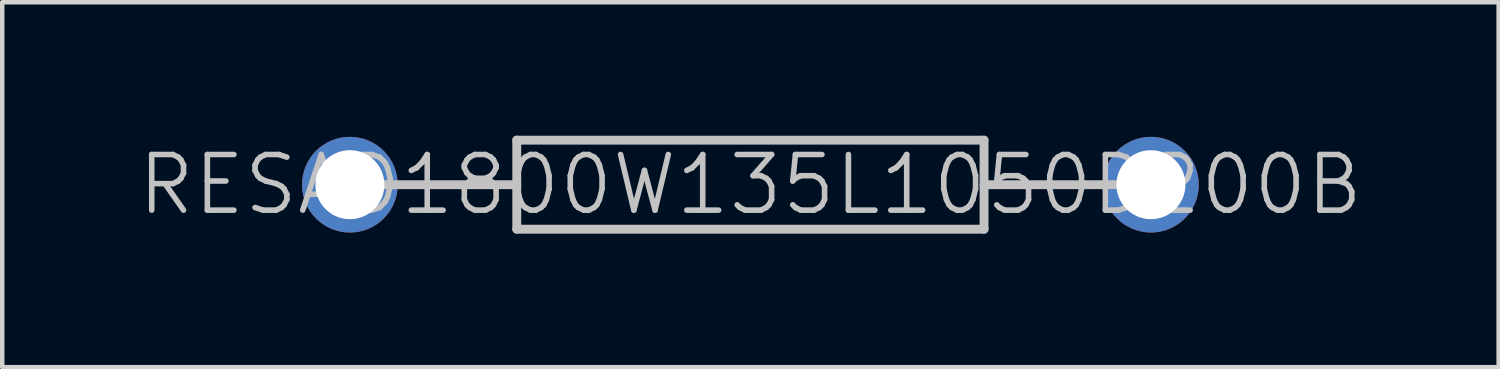
<source format=kicad_pcb>
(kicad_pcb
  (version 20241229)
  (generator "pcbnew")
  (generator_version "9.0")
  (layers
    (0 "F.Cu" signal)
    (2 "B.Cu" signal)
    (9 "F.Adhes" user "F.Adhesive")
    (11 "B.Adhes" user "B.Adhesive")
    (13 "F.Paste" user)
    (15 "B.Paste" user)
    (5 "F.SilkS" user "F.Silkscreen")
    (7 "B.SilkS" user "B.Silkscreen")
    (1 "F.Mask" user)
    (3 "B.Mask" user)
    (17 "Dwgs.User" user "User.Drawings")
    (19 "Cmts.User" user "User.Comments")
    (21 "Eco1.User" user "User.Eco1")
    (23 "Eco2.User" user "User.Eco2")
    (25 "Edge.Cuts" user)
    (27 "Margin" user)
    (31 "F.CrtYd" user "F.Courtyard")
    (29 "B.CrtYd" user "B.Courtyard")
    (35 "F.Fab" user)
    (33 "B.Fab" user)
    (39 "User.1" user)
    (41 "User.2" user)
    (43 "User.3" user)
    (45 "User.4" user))
  (footprint "RESAD1800W135L1050D200B"
    (layer "F.Cu")
    (at 13.812 1.1)
    (property "Reference" "RESAD1800W135L1050D200B" (at 0 0 0) (layer "Dwgs.User") (effects (font (size 1.25 1.25) (thickness 0.125))))
    (attr through_hole)
    (fp_line (start -9 0) (end -5.25 0) (stroke (width 0.2) (type solid)) (layer "Dwgs.User"))
    (fp_line (start -5.25 -1) (end -5.25 1) (stroke (width 0.2) (type solid)) (layer "Dwgs.User"))
    (fp_line (start -5.25 -1) (end 5.25 -1) (stroke (width 0.2) (type solid)) (layer "Dwgs.User"))
    (fp_line (start -5.25 1) (end 5.25 1) (stroke (width 0.2) (type solid)) (layer "Dwgs.User"))
    (fp_line (start 5.25 -1) (end 5.25 1) (stroke (width 0.2) (type solid)) (layer "Dwgs.User"))
    (fp_line (start 9 0) (end 5.25 0) (stroke (width 0.2) (type solid)) (layer "Dwgs.User"))
    (pad "1" thru_hole circle (at -9 0) (size 2.15 2.15) (drill 1.55) (layers "*.Cu" "*.Mask"))
    (pad "2" thru_hole circle (at 9 0) (size 2.15 2.15) (drill 1.55) (layers "*.Cu" "*.Mask")))
  (gr_rect
    (start -3 -3)
    (end 30.625 5.2)
    (stroke (width 0.1) (type default))
    (fill no)
    (layer "Edge.Cuts")))
</source>
